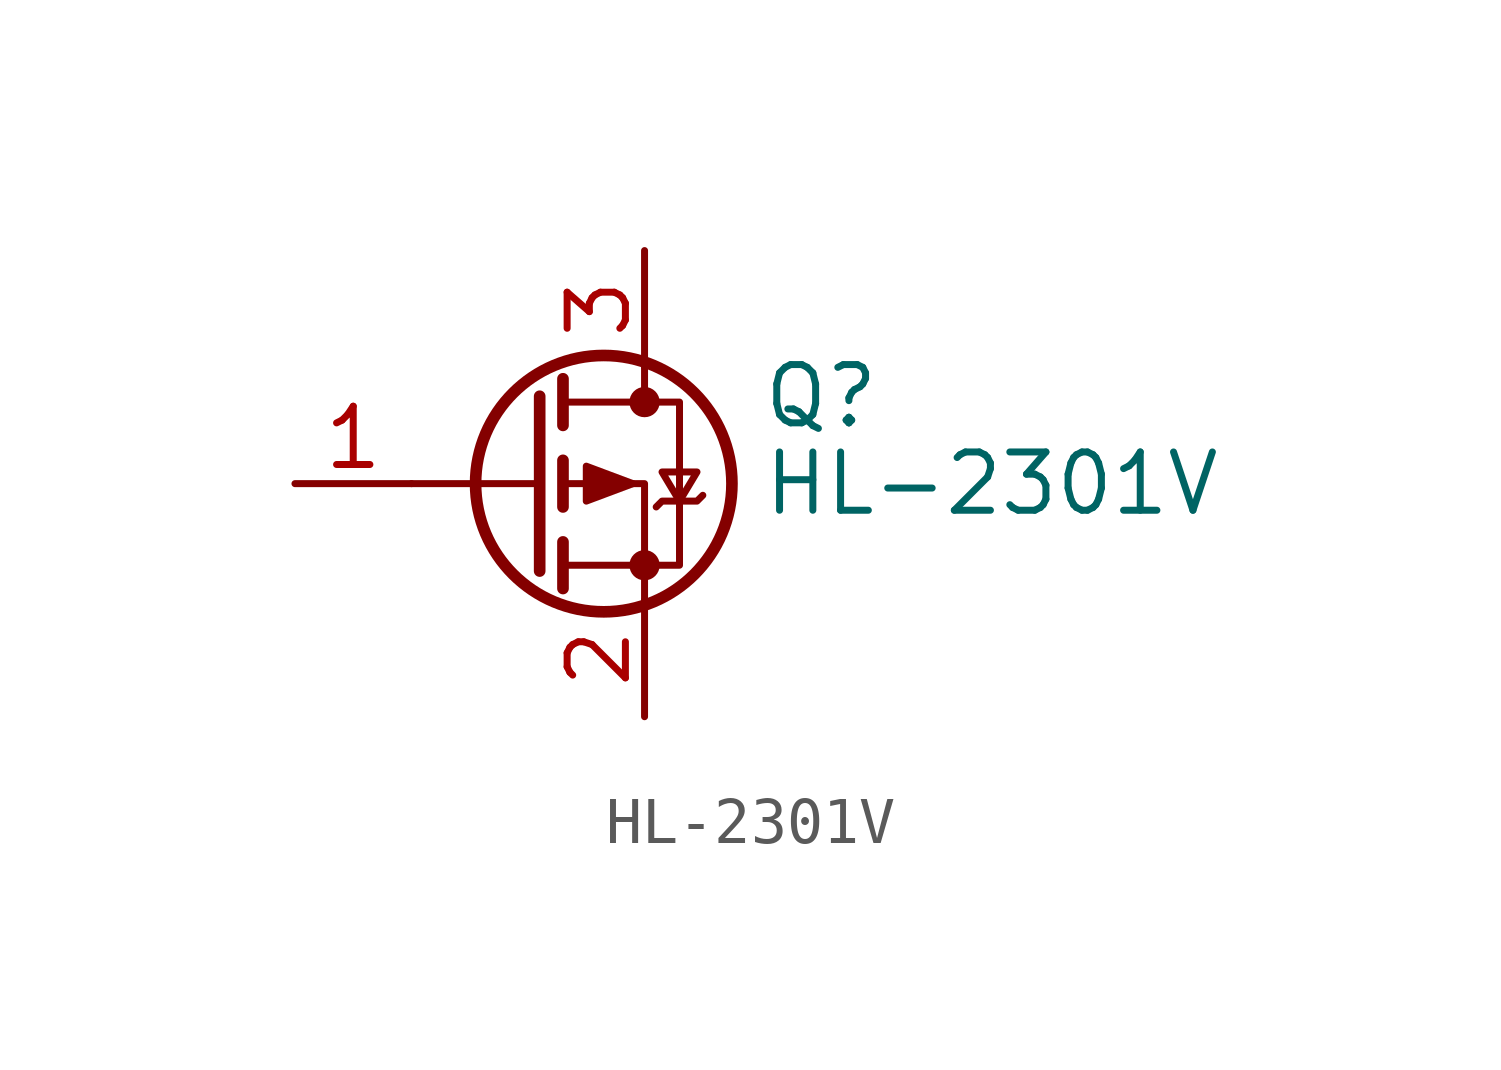
<source format=kicad_sym>
(kicad_symbol_lib
  (version 20211014)
  (generator kicad_symbol_editor)
  (symbol "HL-2301V"
    (pin_names hide)
    (property "Reference" "Q"
      (at 5.08 1.905 0)
      (effects (font (size 1.27 1.27)) (justify left)))
    (property "Value" "HL-2301V"
      (at 5.08 0 0)
      (effects (font (size 1.27 1.27)) (justify left)))
    (symbol "HL-2301V_0_1"
      (polyline (pts (xy 0.254 0) (xy -2.54 0)) (stroke (width 0) (type default) (color 0 0 0 0)) (fill (type none)))
      (polyline (pts (xy 0.254 1.905) (xy 0.254 -1.905)) (stroke (width 0.254) (type default) (color 0 0 0 0)) (fill (type none)))
      (polyline (pts (xy 0.762 -1.27) (xy 0.762 -2.286)) (stroke (width 0.254) (type default) (color 0 0 0 0)) (fill (type none)))
      (polyline (pts (xy 0.762 0.508) (xy 0.762 -0.508)) (stroke (width 0.254) (type default) (color 0 0 0 0)) (fill (type none)))
      (polyline (pts (xy 0.762 2.286) (xy 0.762 1.27)) (stroke (width 0.254) (type default) (color 0 0 0 0)) (fill (type none)))
      (polyline (pts (xy 2.54 2.54) (xy 2.54 1.778)) (stroke (width 0) (type default) (color 0 0 0 0)) (fill (type none)))
      (polyline (pts (xy 2.54 -2.54) (xy 2.54 0) (xy 0.762 0)) (stroke (width 0) (type default) (color 0 0 0 0)) (fill (type none)))
      (polyline (pts (xy 0.762 1.778) (xy 3.302 1.778) (xy 3.302 -1.778) (xy 0.762 -1.778)) (stroke (width 0) (type default) (color 0 0 0 0)) (fill (type none)))
      (polyline (pts (xy 2.286 0) (xy 1.27 0.381) (xy 1.27 -0.381) (xy 2.286 0)) (stroke (width 0) (type default) (color 0 0 0 0)) (fill (type outline)))
      (polyline (pts (xy 2.794 -0.508) (xy 2.921 -0.381) (xy 3.683 -0.381) (xy 3.81 -0.254)) (stroke (width 0) (type default) (color 0 0 0 0)) (fill (type none)))
      (polyline (pts (xy 3.302 -0.381) (xy 2.921 0.254) (xy 3.683 0.254) (xy 3.302 -0.381)) (stroke (width 0) (type default) (color 0 0 0 0)) (fill (type none)))
      (circle (center 1.651 0) (radius 2.794) (stroke (width 0.254) (type default) (color 0 0 0 0)) (fill (type none)))
      (circle (center 2.54 -1.778) (radius 0.254) (stroke (width 0) (type default) (color 0 0 0 0)) (fill (type outline)))
      (circle (center 2.54 1.778) (radius 0.254) (stroke (width 0) (type default) (color 0 0 0 0)) (fill (type outline))))
    (symbol "HL-2301V_1_1"
      (pin input line (at -5.08 0 0) (length 2.54) (name "G" (effects (font (size 1.27 1.27)))) (number "1" (effects (font (size 1.27 1.27)))))
      (pin passive line (at 2.54 -5.08 90) (length 2.54) (name "S" (effects (font (size 1.27 1.27)))) (number "2" (effects (font (size 1.27 1.27)))))
      (pin passive line (at 2.54 5.08 270) (length 2.54) (name "D" (effects (font (size 1.27 1.27)))) (number "3" (effects (font (size 1.27 1.27))))))))
</source>
